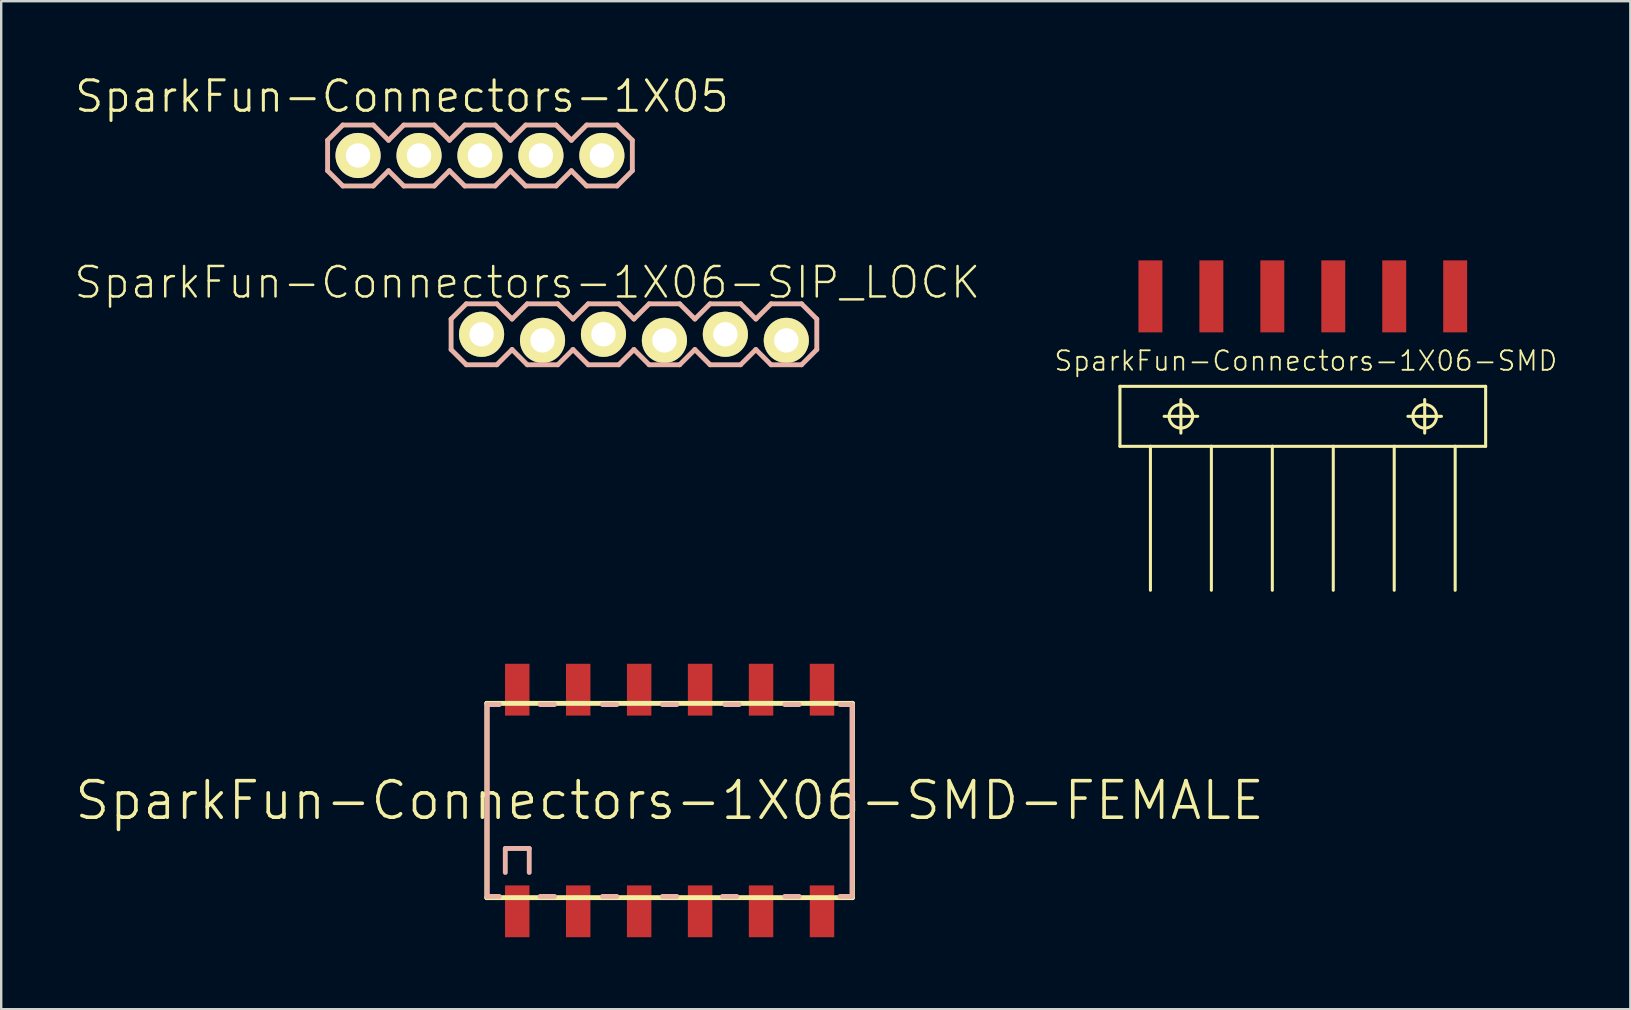
<source format=kicad_pcb>
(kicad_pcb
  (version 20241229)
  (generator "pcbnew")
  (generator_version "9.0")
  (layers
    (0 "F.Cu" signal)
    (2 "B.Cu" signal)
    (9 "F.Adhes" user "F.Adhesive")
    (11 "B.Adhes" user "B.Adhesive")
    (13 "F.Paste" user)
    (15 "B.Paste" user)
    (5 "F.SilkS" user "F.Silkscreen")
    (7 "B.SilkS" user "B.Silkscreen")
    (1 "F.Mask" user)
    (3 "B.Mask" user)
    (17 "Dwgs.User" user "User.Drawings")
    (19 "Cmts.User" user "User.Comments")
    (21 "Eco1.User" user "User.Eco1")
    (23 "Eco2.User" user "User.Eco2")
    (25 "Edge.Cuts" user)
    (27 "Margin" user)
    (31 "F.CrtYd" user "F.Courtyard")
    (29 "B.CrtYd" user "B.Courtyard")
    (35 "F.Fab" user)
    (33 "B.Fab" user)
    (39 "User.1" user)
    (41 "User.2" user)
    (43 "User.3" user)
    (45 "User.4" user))
  (footprint "SparkFun-Connectors-1X06-SMD"
    (layer "F.Cu")
    (at 51.243 14.3)
    (property "Reference" "SparkFun-Connectors-1X06-SMD" (at 0.127 -2.311 0) (layer "F.SilkS") (effects (font (size 0.813 0.813) (thickness 0.076))))
    (attr smd)
    (fp_line (start -7.62 -1.25) (end -7.62 1.25) (stroke (width 0.127) (type solid)) (layer "F.SilkS"))
    (fp_line (start -7.62 1.25) (end -6.35 1.25) (stroke (width 0.127) (type solid)) (layer "F.SilkS"))
    (fp_line (start -6.35 1.25) (end -6.35 7.249) (stroke (width 0.127) (type solid)) (layer "F.SilkS"))
    (fp_line (start -6.35 1.25) (end -3.81 1.25) (stroke (width 0.127) (type solid)) (layer "F.SilkS"))
    (fp_line (start -5.779 0) (end -4.379 0) (stroke (width 0.127) (type solid)) (layer "F.SilkS"))
    (fp_line (start -5.08 0.699) (end -5.08 -0.699) (stroke (width 0.127) (type solid)) (layer "F.SilkS"))
    (fp_line (start -3.81 1.25) (end -3.81 7.249) (stroke (width 0.127) (type solid)) (layer "F.SilkS"))
    (fp_line (start -3.81 1.25) (end -1.27 1.25) (stroke (width 0.127) (type solid)) (layer "F.SilkS"))
    (fp_line (start -1.27 1.25) (end -1.27 7.249) (stroke (width 0.127) (type solid)) (layer "F.SilkS"))
    (fp_line (start -1.27 1.25) (end 1.27 1.25) (stroke (width 0.127) (type solid)) (layer "F.SilkS"))
    (fp_line (start 1.27 1.25) (end 1.27 7.249) (stroke (width 0.127) (type solid)) (layer "F.SilkS"))
    (fp_line (start 1.27 1.25) (end 3.81 1.25) (stroke (width 0.127) (type solid)) (layer "F.SilkS"))
    (fp_line (start 3.81 1.25) (end 3.81 7.249) (stroke (width 0.127) (type solid)) (layer "F.SilkS"))
    (fp_line (start 3.81 1.25) (end 6.35 1.25) (stroke (width 0.127) (type solid)) (layer "F.SilkS"))
    (fp_line (start 4.379 0) (end 5.779 0) (stroke (width 0.127) (type solid)) (layer "F.SilkS"))
    (fp_line (start 5.08 0.699) (end 5.08 -0.699) (stroke (width 0.127) (type solid)) (layer "F.SilkS"))
    (fp_line (start 6.35 1.25) (end 6.35 7.249) (stroke (width 0.127) (type solid)) (layer "F.SilkS"))
    (fp_line (start 6.35 1.25) (end 7.62 1.25) (stroke (width 0.127) (type solid)) (layer "F.SilkS"))
    (fp_line (start 7.62 -1.25) (end -7.62 -1.25) (stroke (width 0.127) (type solid)) (layer "F.SilkS"))
    (fp_line (start 7.62 1.25) (end 7.62 -1.25) (stroke (width 0.127) (type solid)) (layer "F.SilkS"))
    (fp_circle (center -5.08 0) (end -5.428 0.348) (stroke (width 0.127) (type solid)) (fill no) (layer "F.SilkS"))
    (fp_circle (center 5.08 0) (end 5.428 0.348) (stroke (width 0.127) (type solid)) (fill no) (layer "F.SilkS"))
    (pad "1" smd rect (at -6.35 -4.999 90) (size 3 0.998) (layers "F.Cu" "F.Mask" "F.Paste"))
    (pad "2" smd rect (at -3.81 -4.999 90) (size 3 0.998) (layers "F.Cu" "F.Mask" "F.Paste"))
    (pad "3" smd rect (at -1.27 -4.999 90) (size 3 0.998) (layers "F.Cu" "F.Mask" "F.Paste"))
    (pad "4" smd rect (at 1.27 -4.999 90) (size 3 0.998) (layers "F.Cu" "F.Mask" "F.Paste"))
    (pad "5" smd rect (at 3.81 -4.999 90) (size 3 0.998) (layers "F.Cu" "F.Mask" "F.Paste"))
    (pad "6" smd rect (at 6.35 -4.999 90) (size 3 0.998) (layers "F.Cu" "F.Mask" "F.Paste")))
  (footprint "SparkFun-Connectors-1X06-SIP_LOCK"
    (layer "F.Cu")
    (at 17.019 10.881)
    (property "Reference" "SparkFun-Connectors-1X06-SIP_LOCK" (at 1.905 -2.159 0) (layer "F.SilkS") (effects (font (size 1.27 1.27) (thickness 0.102))))
    (attr exclude_from_pos_files exclude_from_bom)
    (fp_line (start -0.292 -0.165) (end 0.292 -0.165) (stroke (width 0.066) (type solid)) (layer "F.SilkS"))
    (fp_line (start -0.292 0.419) (end -0.292 -0.165) (stroke (width 0.066) (type solid)) (layer "F.SilkS"))
    (fp_line (start -0.292 0.419) (end 0.292 0.419) (stroke (width 0.066) (type solid)) (layer "F.SilkS"))
    (fp_line (start 0.292 0.419) (end 0.292 -0.165) (stroke (width 0.066) (type solid)) (layer "F.SilkS"))
    (fp_line (start 2.248 -0.165) (end 2.832 -0.165) (stroke (width 0.066) (type solid)) (layer "F.SilkS"))
    (fp_line (start 2.248 0.419) (end 2.248 -0.165) (stroke (width 0.066) (type solid)) (layer "F.SilkS"))
    (fp_line (start 2.248 0.419) (end 2.832 0.419) (stroke (width 0.066) (type solid)) (layer "F.SilkS"))
    (fp_line (start 2.832 0.419) (end 2.832 -0.165) (stroke (width 0.066) (type solid)) (layer "F.SilkS"))
    (fp_line (start 4.788 -0.165) (end 5.372 -0.165) (stroke (width 0.066) (type solid)) (layer "F.SilkS"))
    (fp_line (start 4.788 0.419) (end 4.788 -0.165) (stroke (width 0.066) (type solid)) (layer "F.SilkS"))
    (fp_line (start 4.788 0.419) (end 5.372 0.419) (stroke (width 0.066) (type solid)) (layer "F.SilkS"))
    (fp_line (start 5.372 0.419) (end 5.372 -0.165) (stroke (width 0.066) (type solid)) (layer "F.SilkS"))
    (fp_line (start 7.328 -0.165) (end 7.912 -0.165) (stroke (width 0.066) (type solid)) (layer "F.SilkS"))
    (fp_line (start 7.328 0.419) (end 7.328 -0.165) (stroke (width 0.066) (type solid)) (layer "F.SilkS"))
    (fp_line (start 7.328 0.419) (end 7.912 0.419) (stroke (width 0.066) (type solid)) (layer "F.SilkS"))
    (fp_line (start 7.912 0.419) (end 7.912 -0.165) (stroke (width 0.066) (type solid)) (layer "F.SilkS"))
    (fp_line (start 9.868 -0.165) (end 10.452 -0.165) (stroke (width 0.066) (type solid)) (layer "F.SilkS"))
    (fp_line (start 9.868 0.419) (end 9.868 -0.165) (stroke (width 0.066) (type solid)) (layer "F.SilkS"))
    (fp_line (start 9.868 0.419) (end 10.452 0.419) (stroke (width 0.066) (type solid)) (layer "F.SilkS"))
    (fp_line (start 10.452 0.419) (end 10.452 -0.165) (stroke (width 0.066) (type solid)) (layer "F.SilkS"))
    (fp_line (start 12.408 -0.165) (end 12.992 -0.165) (stroke (width 0.066) (type solid)) (layer "F.SilkS"))
    (fp_line (start 12.408 0.419) (end 12.408 -0.165) (stroke (width 0.066) (type solid)) (layer "F.SilkS"))
    (fp_line (start 12.408 0.419) (end 12.992 0.419) (stroke (width 0.066) (type solid)) (layer "F.SilkS"))
    (fp_line (start 12.992 0.419) (end 12.992 -0.165) (stroke (width 0.066) (type solid)) (layer "F.SilkS"))
    (fp_line (start -1.27 -0.635) (end -1.27 0.635) (stroke (width 0.203) (type solid)) (layer "B.SilkS"))
    (fp_line (start -1.27 0.635) (end -0.635 1.27) (stroke (width 0.203) (type solid)) (layer "B.SilkS"))
    (fp_line (start -0.635 -1.27) (end -1.27 -0.635) (stroke (width 0.203) (type solid)) (layer "B.SilkS"))
    (fp_line (start -0.635 -1.27) (end 0.635 -1.27) (stroke (width 0.203) (type solid)) (layer "B.SilkS"))
    (fp_line (start 0.635 -1.27) (end 1.27 -0.635) (stroke (width 0.203) (type solid)) (layer "B.SilkS"))
    (fp_line (start 0.635 1.27) (end -0.635 1.27) (stroke (width 0.203) (type solid)) (layer "B.SilkS"))
    (fp_line (start 1.27 -0.635) (end 1.905 -1.27) (stroke (width 0.203) (type solid)) (layer "B.SilkS"))
    (fp_line (start 1.27 0.635) (end 0.635 1.27) (stroke (width 0.203) (type solid)) (layer "B.SilkS"))
    (fp_line (start 1.905 -1.27) (end 3.175 -1.27) (stroke (width 0.203) (type solid)) (layer "B.SilkS"))
    (fp_line (start 1.905 1.27) (end 1.27 0.635) (stroke (width 0.203) (type solid)) (layer "B.SilkS"))
    (fp_line (start 3.175 -1.27) (end 3.81 -0.635) (stroke (width 0.203) (type solid)) (layer "B.SilkS"))
    (fp_line (start 3.175 1.27) (end 1.905 1.27) (stroke (width 0.203) (type solid)) (layer "B.SilkS"))
    (fp_line (start 3.81 -0.635) (end 4.445 -1.27) (stroke (width 0.203) (type solid)) (layer "B.SilkS"))
    (fp_line (start 3.81 0.635) (end 3.175 1.27) (stroke (width 0.203) (type solid)) (layer "B.SilkS"))
    (fp_line (start 4.445 -1.27) (end 5.715 -1.27) (stroke (width 0.203) (type solid)) (layer "B.SilkS"))
    (fp_line (start 4.445 1.27) (end 3.81 0.635) (stroke (width 0.203) (type solid)) (layer "B.SilkS"))
    (fp_line (start 5.715 -1.27) (end 6.35 -0.635) (stroke (width 0.203) (type solid)) (layer "B.SilkS"))
    (fp_line (start 5.715 1.27) (end 4.445 1.27) (stroke (width 0.203) (type solid)) (layer "B.SilkS"))
    (fp_line (start 6.35 0.635) (end 5.715 1.27) (stroke (width 0.203) (type solid)) (layer "B.SilkS"))
    (fp_line (start 6.35 0.635) (end 6.985 1.27) (stroke (width 0.203) (type solid)) (layer "B.SilkS"))
    (fp_line (start 6.985 -1.27) (end 6.35 -0.635) (stroke (width 0.203) (type solid)) (layer "B.SilkS"))
    (fp_line (start 6.985 -1.27) (end 8.255 -1.27) (stroke (width 0.203) (type solid)) (layer "B.SilkS"))
    (fp_line (start 8.255 -1.27) (end 8.89 -0.635) (stroke (width 0.203) (type solid)) (layer "B.SilkS"))
    (fp_line (start 8.255 1.27) (end 6.985 1.27) (stroke (width 0.203) (type solid)) (layer "B.SilkS"))
    (fp_line (start 8.89 -0.635) (end 9.525 -1.27) (stroke (width 0.203) (type solid)) (layer "B.SilkS"))
    (fp_line (start 8.89 0.635) (end 8.255 1.27) (stroke (width 0.203) (type solid)) (layer "B.SilkS"))
    (fp_line (start 9.525 -1.27) (end 10.795 -1.27) (stroke (width 0.203) (type solid)) (layer "B.SilkS"))
    (fp_line (start 9.525 1.27) (end 8.89 0.635) (stroke (width 0.203) (type solid)) (layer "B.SilkS"))
    (fp_line (start 10.795 -1.27) (end 11.43 -0.635) (stroke (width 0.203) (type solid)) (layer "B.SilkS"))
    (fp_line (start 10.795 1.27) (end 9.525 1.27) (stroke (width 0.203) (type solid)) (layer "B.SilkS"))
    (fp_line (start 11.43 -0.635) (end 12.065 -1.27) (stroke (width 0.203) (type solid)) (layer "B.SilkS"))
    (fp_line (start 11.43 0.635) (end 10.795 1.27) (stroke (width 0.203) (type solid)) (layer "B.SilkS"))
    (fp_line (start 12.065 -1.27) (end 13.335 -1.27) (stroke (width 0.203) (type solid)) (layer "B.SilkS"))
    (fp_line (start 12.065 1.27) (end 11.43 0.635) (stroke (width 0.203) (type solid)) (layer "B.SilkS"))
    (fp_line (start 13.335 -1.27) (end 13.97 -0.635) (stroke (width 0.203) (type solid)) (layer "B.SilkS"))
    (fp_line (start 13.335 1.27) (end 12.065 1.27) (stroke (width 0.203) (type solid)) (layer "B.SilkS"))
    (fp_line (start 13.97 -0.635) (end 13.97 0.635) (stroke (width 0.203) (type solid)) (layer "B.SilkS"))
    (fp_line (start 13.97 0.635) (end 13.335 1.27) (stroke (width 0.203) (type solid)) (layer "B.SilkS"))
    (pad "1" thru_hole circle (at 0 0) (size 1.88 1.88) (drill 1.016) (layers "*.Cu" "F.Mask" "F.SilkS" "F.Paste"))
    (pad "2" thru_hole circle (at 2.54 0.254) (size 1.88 1.88) (drill 1.016) (layers "*.Cu" "F.Mask" "F.SilkS" "F.Paste"))
    (pad "3" thru_hole circle (at 5.08 0) (size 1.88 1.88) (drill 1.016) (layers "*.Cu" "F.Mask" "F.SilkS" "F.Paste"))
    (pad "4" thru_hole circle (at 7.62 0.254) (size 1.88 1.88) (drill 1.016) (layers "*.Cu" "F.Mask" "F.SilkS" "F.Paste"))
    (pad "5" thru_hole circle (at 10.16 0) (size 1.88 1.88) (drill 1.016) (layers "*.Cu" "F.Mask" "F.SilkS" "F.Paste"))
    (pad "6" thru_hole circle (at 12.7 0.254) (size 1.88 1.88) (drill 1.016) (layers "*.Cu" "F.Mask" "F.SilkS" "F.Paste")))
  (footprint "SparkFun-Connectors-1X06-SMD-FEMALE"
    (layer "F.Cu")
    (at 24.856 30.31)
    (property "Reference" "SparkFun-Connectors-1X06-SMD-FEMALE" (at 0 0 0) (layer "F.SilkS") (effects (font (size 1.524 1.524) (thickness 0.15))))
    (attr smd)
    (fp_line (start -7.62 -4.049) (end 7.62 -4.049) (stroke (width 0.203) (type solid)) (layer "F.SilkS"))
    (fp_line (start -7.62 4.049) (end -7.62 -4.049) (stroke (width 0.203) (type solid)) (layer "F.SilkS"))
    (fp_line (start 7.62 -4.049) (end 7.62 4.049) (stroke (width 0.203) (type solid)) (layer "F.SilkS"))
    (fp_line (start 7.62 4.049) (end -7.62 4.049) (stroke (width 0.203) (type solid)) (layer "F.SilkS"))
    (fp_line (start -7.6 -3.998) (end -7.6 3.998) (stroke (width 0.203) (type solid)) (layer "B.SilkS"))
    (fp_line (start -7.6 3.998) (end -7.099 3.998) (stroke (width 0.203) (type solid)) (layer "B.SilkS"))
    (fp_line (start -7.099 -3.998) (end -7.6 -3.998) (stroke (width 0.203) (type solid)) (layer "B.SilkS"))
    (fp_line (start -6.848 1.999) (end -5.85 1.999) (stroke (width 0.203) (type solid)) (layer "B.SilkS"))
    (fp_line (start -6.848 3) (end -6.848 1.999) (stroke (width 0.203) (type solid)) (layer "B.SilkS"))
    (fp_line (start -5.85 1.999) (end -5.85 3) (stroke (width 0.203) (type solid)) (layer "B.SilkS"))
    (fp_line (start -5.397 -3.998) (end -4.798 -3.998) (stroke (width 0.203) (type solid)) (layer "B.SilkS"))
    (fp_line (start -5.397 3.998) (end -4.798 3.998) (stroke (width 0.203) (type solid)) (layer "B.SilkS"))
    (fp_line (start -2.799 -3.998) (end -2.2 -3.998) (stroke (width 0.203) (type solid)) (layer "B.SilkS"))
    (fp_line (start -2.799 3.998) (end -2.2 3.998) (stroke (width 0.203) (type solid)) (layer "B.SilkS"))
    (fp_line (start -0.3 -3.998) (end 0.3 -3.998) (stroke (width 0.203) (type solid)) (layer "B.SilkS"))
    (fp_line (start -0.3 3.998) (end 0.3 3.998) (stroke (width 0.203) (type solid)) (layer "B.SilkS"))
    (fp_line (start 2.2 3.998) (end 2.799 3.998) (stroke (width 0.203) (type solid)) (layer "B.SilkS"))
    (fp_line (start 2.299 -3.998) (end 2.898 -3.998) (stroke (width 0.203) (type solid)) (layer "B.SilkS"))
    (fp_line (start 4.798 -3.998) (end 5.397 -3.998) (stroke (width 0.203) (type solid)) (layer "B.SilkS"))
    (fp_line (start 4.798 3.998) (end 5.397 3.998) (stroke (width 0.203) (type solid)) (layer "B.SilkS"))
    (fp_line (start 7.099 -3.998) (end 7.6 -3.998) (stroke (width 0.203) (type solid)) (layer "B.SilkS"))
    (fp_line (start 7.6 -3.998) (end 7.6 3.998) (stroke (width 0.203) (type solid)) (layer "B.SilkS"))
    (fp_line (start 7.6 3.998) (end 7.099 3.998) (stroke (width 0.203) (type solid)) (layer "B.SilkS"))
    (pad "1" smd rect (at -6.35 4.618) (size 1.019 2.159) (layers "F.Cu" "F.Mask" "F.Paste"))
    (pad "2" smd rect (at -3.81 4.618) (size 1.019 2.159) (layers "F.Cu" "F.Mask" "F.Paste"))
    (pad "3" smd rect (at -1.27 4.618) (size 1.019 2.159) (layers "F.Cu" "F.Mask" "F.Paste"))
    (pad "4" smd rect (at 1.27 4.618) (size 1.019 2.159) (layers "F.Cu" "F.Mask" "F.Paste"))
    (pad "5" smd rect (at 3.81 4.618) (size 1.019 2.159) (layers "F.Cu" "F.Mask" "F.Paste"))
    (pad "6" smd rect (at 6.35 4.618) (size 1.019 2.159) (layers "F.Cu" "F.Mask" "F.Paste"))
    (pad "A1" smd rect (at -6.35 -4.618) (size 1.019 2.159) (layers "F.Cu" "F.Mask" "F.Paste"))
    (pad "A2" smd rect (at -3.81 -4.618) (size 1.019 2.159) (layers "F.Cu" "F.Mask" "F.Paste"))
    (pad "A3" smd rect (at -1.27 -4.618) (size 1.019 2.159) (layers "F.Cu" "F.Mask" "F.Paste"))
    (pad "A4" smd rect (at 1.27 -4.618) (size 1.019 2.159) (layers "F.Cu" "F.Mask" "F.Paste"))
    (pad "A5" smd rect (at 3.81 -4.618) (size 1.019 2.159) (layers "F.Cu" "F.Mask" "F.Paste"))
    (pad "A6" smd rect (at 6.35 -4.618) (size 1.019 2.159) (layers "F.Cu" "F.Mask" "F.Paste")))
  (footprint "SparkFun-Connectors-1X05"
    (layer "F.Cu")
    (at 11.872 3.43)
    (property "Reference" "SparkFun-Connectors-1X05" (at 1.829 -2.464 0) (layer "F.SilkS") (effects (font (size 1.27 1.27) (thickness 0.127))))
    (attr exclude_from_pos_files exclude_from_bom)
    (fp_line (start -0.254 -0.254) (end 0.254 -0.254) (stroke (width 0.066) (type solid)) (layer "F.SilkS"))
    (fp_line (start -0.254 0.254) (end -0.254 -0.254) (stroke (width 0.066) (type solid)) (layer "F.SilkS"))
    (fp_line (start -0.254 0.254) (end 0.254 0.254) (stroke (width 0.066) (type solid)) (layer "F.SilkS"))
    (fp_line (start 0.254 0.254) (end 0.254 -0.254) (stroke (width 0.066) (type solid)) (layer "F.SilkS"))
    (fp_line (start 2.286 -0.254) (end 2.794 -0.254) (stroke (width 0.066) (type solid)) (layer "F.SilkS"))
    (fp_line (start 2.286 0.254) (end 2.286 -0.254) (stroke (width 0.066) (type solid)) (layer "F.SilkS"))
    (fp_line (start 2.286 0.254) (end 2.794 0.254) (stroke (width 0.066) (type solid)) (layer "F.SilkS"))
    (fp_line (start 2.794 0.254) (end 2.794 -0.254) (stroke (width 0.066) (type solid)) (layer "F.SilkS"))
    (fp_line (start 4.826 -0.254) (end 5.334 -0.254) (stroke (width 0.066) (type solid)) (layer "F.SilkS"))
    (fp_line (start 4.826 0.254) (end 4.826 -0.254) (stroke (width 0.066) (type solid)) (layer "F.SilkS"))
    (fp_line (start 4.826 0.254) (end 5.334 0.254) (stroke (width 0.066) (type solid)) (layer "F.SilkS"))
    (fp_line (start 5.334 0.254) (end 5.334 -0.254) (stroke (width 0.066) (type solid)) (layer "F.SilkS"))
    (fp_line (start 7.366 -0.254) (end 7.874 -0.254) (stroke (width 0.066) (type solid)) (layer "F.SilkS"))
    (fp_line (start 7.366 0.254) (end 7.366 -0.254) (stroke (width 0.066) (type solid)) (layer "F.SilkS"))
    (fp_line (start 7.366 0.254) (end 7.874 0.254) (stroke (width 0.066) (type solid)) (layer "F.SilkS"))
    (fp_line (start 7.874 0.254) (end 7.874 -0.254) (stroke (width 0.066) (type solid)) (layer "F.SilkS"))
    (fp_line (start 9.906 -0.254) (end 10.414 -0.254) (stroke (width 0.066) (type solid)) (layer "F.SilkS"))
    (fp_line (start 9.906 0.254) (end 9.906 -0.254) (stroke (width 0.066) (type solid)) (layer "F.SilkS"))
    (fp_line (start 9.906 0.254) (end 10.414 0.254) (stroke (width 0.066) (type solid)) (layer "F.SilkS"))
    (fp_line (start 10.414 0.254) (end 10.414 -0.254) (stroke (width 0.066) (type solid)) (layer "F.SilkS"))
    (fp_line (start -1.27 -0.635) (end -1.27 0.635) (stroke (width 0.203) (type solid)) (layer "B.SilkS"))
    (fp_line (start -1.27 0.635) (end -0.635 1.27) (stroke (width 0.203) (type solid)) (layer "B.SilkS"))
    (fp_line (start -0.635 -1.27) (end -1.27 -0.635) (stroke (width 0.203) (type solid)) (layer "B.SilkS"))
    (fp_line (start -0.635 -1.27) (end 0.635 -1.27) (stroke (width 0.203) (type solid)) (layer "B.SilkS"))
    (fp_line (start 0.635 -1.27) (end 1.27 -0.635) (stroke (width 0.203) (type solid)) (layer "B.SilkS"))
    (fp_line (start 0.635 1.27) (end -0.635 1.27) (stroke (width 0.203) (type solid)) (layer "B.SilkS"))
    (fp_line (start 1.27 -0.635) (end 1.905 -1.27) (stroke (width 0.203) (type solid)) (layer "B.SilkS"))
    (fp_line (start 1.27 0.635) (end 0.635 1.27) (stroke (width 0.203) (type solid)) (layer "B.SilkS"))
    (fp_line (start 1.905 -1.27) (end 3.175 -1.27) (stroke (width 0.203) (type solid)) (layer "B.SilkS"))
    (fp_line (start 1.905 1.27) (end 1.27 0.635) (stroke (width 0.203) (type solid)) (layer "B.SilkS"))
    (fp_line (start 3.175 -1.27) (end 3.81 -0.635) (stroke (width 0.203) (type solid)) (layer "B.SilkS"))
    (fp_line (start 3.175 1.27) (end 1.905 1.27) (stroke (width 0.203) (type solid)) (layer "B.SilkS"))
    (fp_line (start 3.81 -0.635) (end 4.445 -1.27) (stroke (width 0.203) (type solid)) (layer "B.SilkS"))
    (fp_line (start 3.81 0.635) (end 3.175 1.27) (stroke (width 0.203) (type solid)) (layer "B.SilkS"))
    (fp_line (start 4.445 -1.27) (end 5.715 -1.27) (stroke (width 0.203) (type solid)) (layer "B.SilkS"))
    (fp_line (start 4.445 1.27) (end 3.81 0.635) (stroke (width 0.203) (type solid)) (layer "B.SilkS"))
    (fp_line (start 5.715 -1.27) (end 6.35 -0.635) (stroke (width 0.203) (type solid)) (layer "B.SilkS"))
    (fp_line (start 5.715 1.27) (end 4.445 1.27) (stroke (width 0.203) (type solid)) (layer "B.SilkS"))
    (fp_line (start 6.35 0.635) (end 5.715 1.27) (stroke (width 0.203) (type solid)) (layer "B.SilkS"))
    (fp_line (start 6.35 0.635) (end 6.985 1.27) (stroke (width 0.203) (type solid)) (layer "B.SilkS"))
    (fp_line (start 6.985 -1.27) (end 6.35 -0.635) (stroke (width 0.203) (type solid)) (layer "B.SilkS"))
    (fp_line (start 6.985 -1.27) (end 8.255 -1.27) (stroke (width 0.203) (type solid)) (layer "B.SilkS"))
    (fp_line (start 8.255 -1.27) (end 8.89 -0.635) (stroke (width 0.203) (type solid)) (layer "B.SilkS"))
    (fp_line (start 8.255 1.27) (end 6.985 1.27) (stroke (width 0.203) (type solid)) (layer "B.SilkS"))
    (fp_line (start 8.89 -0.635) (end 9.525 -1.27) (stroke (width 0.203) (type solid)) (layer "B.SilkS"))
    (fp_line (start 8.89 0.635) (end 8.255 1.27) (stroke (width 0.203) (type solid)) (layer "B.SilkS"))
    (fp_line (start 9.525 -1.27) (end 10.795 -1.27) (stroke (width 0.203) (type solid)) (layer "B.SilkS"))
    (fp_line (start 9.525 1.27) (end 8.89 0.635) (stroke (width 0.203) (type solid)) (layer "B.SilkS"))
    (fp_line (start 10.795 -1.27) (end 11.43 -0.635) (stroke (width 0.203) (type solid)) (layer "B.SilkS"))
    (fp_line (start 10.795 1.27) (end 9.525 1.27) (stroke (width 0.203) (type solid)) (layer "B.SilkS"))
    (fp_line (start 11.43 -0.635) (end 11.43 0.635) (stroke (width 0.203) (type solid)) (layer "B.SilkS"))
    (fp_line (start 11.43 0.635) (end 10.795 1.27) (stroke (width 0.203) (type solid)) (layer "B.SilkS"))
    (pad "1" thru_hole circle (at 0 0) (size 1.88 1.88) (drill 1.016) (layers "*.Cu" "F.Mask" "F.SilkS" "F.Paste"))
    (pad "2" thru_hole circle (at 2.54 0) (size 1.88 1.88) (drill 1.016) (layers "*.Cu" "F.Mask" "F.SilkS" "F.Paste"))
    (pad "3" thru_hole circle (at 5.08 0) (size 1.88 1.88) (drill 1.016) (layers "*.Cu" "F.Mask" "F.SilkS" "F.Paste"))
    (pad "4" thru_hole circle (at 7.62 0) (size 1.88 1.88) (drill 1.016) (layers "*.Cu" "F.Mask" "F.SilkS" "F.Paste"))
    (pad "5" thru_hole circle (at 10.16 0) (size 1.88 1.88) (drill 1.016) (layers "*.Cu" "F.Mask" "F.SilkS" "F.Paste")))
  (gr_rect
    (start -3 -3)
    (end 64.892 39.007)
    (stroke (width 0.1) (type default))
    (fill no)
    (layer "Edge.Cuts")))
</source>
